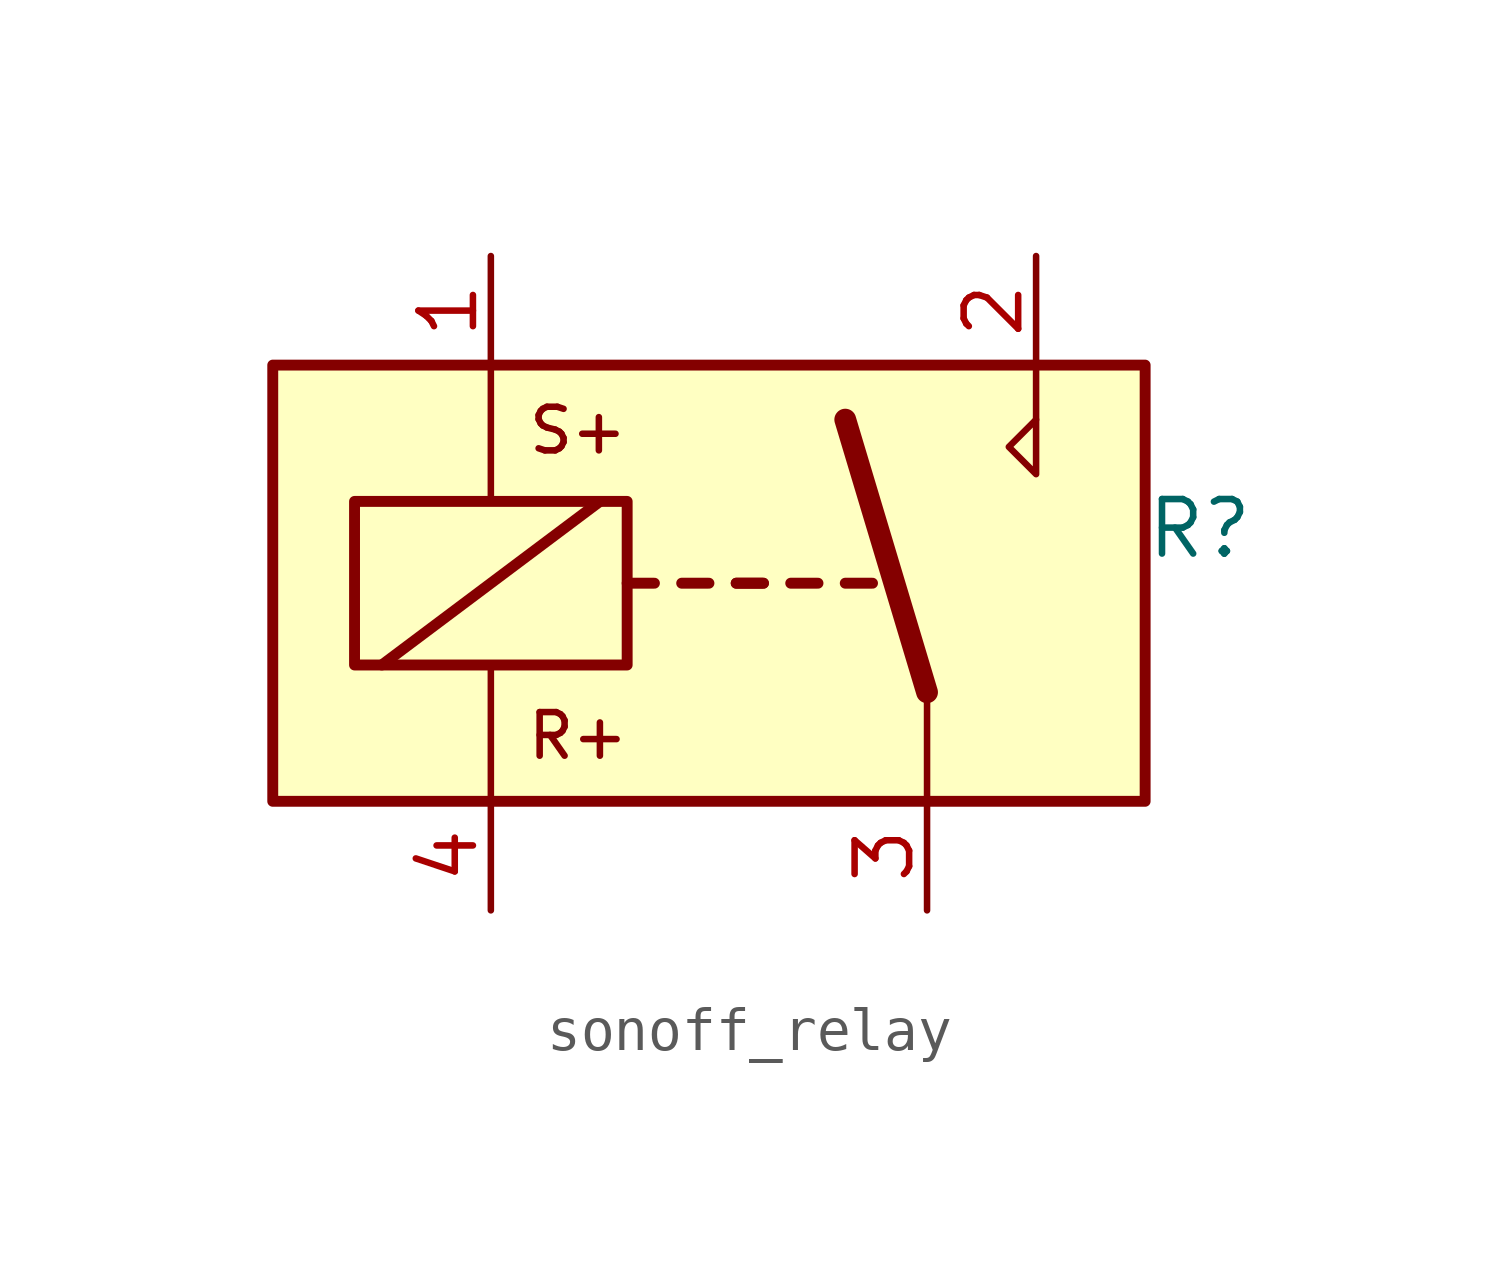
<source format=kicad_sym>
(kicad_symbol_lib
  (version 20211014)
  (generator kicad_symbol_editor)
  (symbol "sonoff_relay"
    (property "Reference" "R"
      (at 11.43 1.27 0)
      (effects (font (size 1.27 1.27))))
    (symbol "sonoff_relay_1_1"
      (rectangle (start -10.16 5.08) (end 10.16 -5.08) (stroke (width 0.254) (type default) (color 0 0 0 0)) (fill (type background)))
      (rectangle (start -8.255 1.905) (end -1.905 -1.905) (stroke (width 0.254) (type default) (color 0 0 0 0)) (fill (type none)))
      (polyline (pts (xy -7.62 -1.905) (xy -2.54 1.905)) (stroke (width 0.254) (type default) (color 0 0 0 0)) (fill (type none)))
      (polyline (pts (xy -5.08 -5.08) (xy -5.08 -1.905)) (stroke (width 0) (type default) (color 0 0 0 0)) (fill (type none)))
      (polyline (pts (xy -5.08 5.08) (xy -5.08 1.905)) (stroke (width 0) (type default) (color 0 0 0 0)) (fill (type none)))
      (polyline (pts (xy -1.905 0) (xy -1.27 0)) (stroke (width 0.254) (type default) (color 0 0 0 0)) (fill (type none)))
      (polyline (pts (xy -0.635 0) (xy 0 0)) (stroke (width 0.254) (type default) (color 0 0 0 0)) (fill (type none)))
      (polyline (pts (xy 0.635 0) (xy 1.27 0)) (stroke (width 0.254) (type default) (color 0 0 0 0)) (fill (type none)))
      (polyline (pts (xy 0.635 0) (xy 1.27 0)) (stroke (width 0.254) (type default) (color 0 0 0 0)) (fill (type none)))
      (polyline (pts (xy 1.905 0) (xy 2.54 0)) (stroke (width 0.254) (type default) (color 0 0 0 0)) (fill (type none)))
      (polyline (pts (xy 3.175 0) (xy 3.81 0)) (stroke (width 0.254) (type default) (color 0 0 0 0)) (fill (type none)))
      (polyline (pts (xy 5.08 -2.54) (xy 3.175 3.81)) (stroke (width 0.508) (type default) (color 0 0 0 0)) (fill (type none)))
      (polyline (pts (xy 5.08 -2.54) (xy 5.08 -5.08)) (stroke (width 0) (type default) (color 0 0 0 0)) (fill (type none)))
      (polyline (pts (xy 7.62 3.81) (xy 7.62 5.08)) (stroke (width 0) (type default) (color 0 0 0 0)) (fill (type none)))
      (polyline (pts (xy 7.62 3.81) (xy 7.62 2.54) (xy 6.985 3.175) (xy 7.62 3.81)) (stroke (width 0) (type default) (color 0 0 0 0)) (fill (type none)))
      (text "R+" (at -3.048 -3.556 0) (effects (font (size 1.016 1.016))))
      (text "S+" (at -3.048 3.556 0) (effects (font (size 1.016 1.016))))
      (pin passive line (at -5.08 7.62 270) (length 2.54) (name "~" (effects (font (size 1.27 1.27)))) (number "1" (effects (font (size 1.27 1.27)))))
      (pin passive line (at 7.62 7.62 270) (length 2.54) (name "~" (effects (font (size 1.27 1.27)))) (number "2" (effects (font (size 1.27 1.27)))))
      (pin passive line (at 5.08 -7.62 90) (length 2.54) (name "~" (effects (font (size 1.27 1.27)))) (number "3" (effects (font (size 1.27 1.27)))))
      (pin passive line (at -5.08 -7.62 90) (length 2.54) (name "~" (effects (font (size 1.27 1.27)))) (number "4" (effects (font (size 1.27 1.27))))))))
</source>
